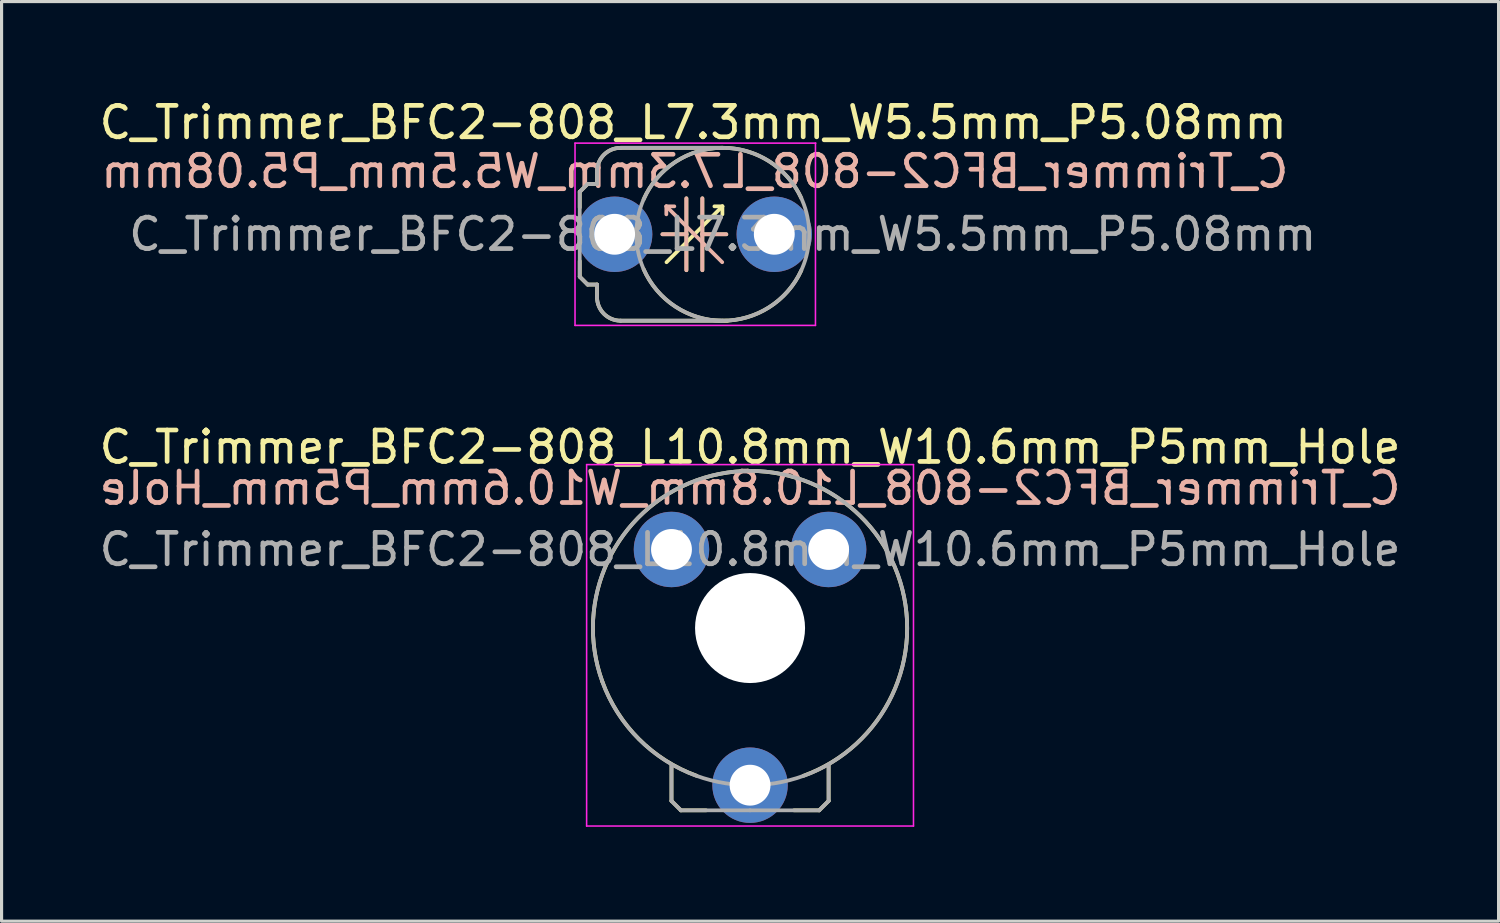
<source format=kicad_pcb>
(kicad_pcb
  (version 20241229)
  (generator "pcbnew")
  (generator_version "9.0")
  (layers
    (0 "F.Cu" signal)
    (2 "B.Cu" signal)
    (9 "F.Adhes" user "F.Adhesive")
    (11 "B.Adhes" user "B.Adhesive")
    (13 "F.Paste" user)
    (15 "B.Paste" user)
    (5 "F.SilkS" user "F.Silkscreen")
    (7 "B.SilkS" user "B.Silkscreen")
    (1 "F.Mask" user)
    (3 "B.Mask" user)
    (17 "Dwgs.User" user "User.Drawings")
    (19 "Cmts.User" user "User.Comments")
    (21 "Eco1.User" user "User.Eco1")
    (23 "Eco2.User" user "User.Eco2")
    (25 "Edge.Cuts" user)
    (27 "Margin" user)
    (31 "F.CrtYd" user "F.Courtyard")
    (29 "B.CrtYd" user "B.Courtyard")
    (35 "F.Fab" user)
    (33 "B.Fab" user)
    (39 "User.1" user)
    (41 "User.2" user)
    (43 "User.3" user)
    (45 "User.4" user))
  (footprint "C_Trimmer_BFC2-808_L7.3mm_W5.5mm_P5.08mm"
    (layer "F.Cu")
    (at 16.506 4.404)
    (property "Reference" "C_Trimmer_BFC2-808_L7.3mm_W5.5mm_P5.08mm" (at 2.5 -3.556 0) (layer "F.SilkS") (effects (font (size 1 1) (thickness 0.15))))
    (fp_line (start -1.11 -1.35) (end -1.11 -0.85) (stroke (width 0.12) (type solid)) (layer "F.SilkS"))
    (fp_line (start -1.11 1.35) (end -1.11 0.85) (stroke (width 0.12) (type solid)) (layer "F.SilkS"))
    (fp_line (start -1.11 1.35) (end -0.86 1.6) (stroke (width 0.12) (type solid)) (layer "F.SilkS"))
    (fp_line (start -0.86 -1.6) (end -1.11 -1.35) (stroke (width 0.12) (type solid)) (layer "F.SilkS"))
    (fp_line (start -0.76 -1.6) (end -0.86 -1.6) (stroke (width 0.12) (type solid)) (layer "F.SilkS"))
    (fp_line (start -0.56 -2) (end -0.56 -1.6) (stroke (width 0.12) (type solid)) (layer "F.SilkS"))
    (fp_line (start -0.56 -1.6) (end -0.76 -1.6) (stroke (width 0.12) (type solid)) (layer "F.SilkS"))
    (fp_line (start -0.56 1.6) (end -0.86 1.6) (stroke (width 0.12) (type solid)) (layer "F.SilkS"))
    (fp_line (start -0.56 1.6) (end -0.56 2) (stroke (width 0.12) (type solid)) (layer "F.SilkS"))
    (fp_line (start 0.19 -2.75) (end 3.44 -2.75) (stroke (width 0.12) (type solid)) (layer "F.SilkS"))
    (fp_line (start 0.19 2.75) (end 3.59 2.75) (stroke (width 0.12) (type solid)) (layer "F.SilkS"))
    (fp_line (start 1.524 0) (end 2.286 0) (stroke (width 0.12) (type solid)) (layer "F.SilkS"))
    (fp_line (start 2.286 0) (end 2.286 -1.143) (stroke (width 0.12) (type solid)) (layer "F.SilkS"))
    (fp_line (start 2.286 0) (end 2.286 1.143) (stroke (width 0.12) (type solid)) (layer "F.SilkS"))
    (fp_line (start 2.54 0) (end 1.651 0.889) (stroke (width 0.12) (type solid)) (layer "F.SilkS"))
    (fp_line (start 2.54 0) (end 3.429 -0.889) (stroke (width 0.12) (type solid)) (layer "F.SilkS"))
    (fp_line (start 2.794 0) (end 2.794 -1.143) (stroke (width 0.12) (type solid)) (layer "F.SilkS"))
    (fp_line (start 2.794 0) (end 2.794 1.143) (stroke (width 0.12) (type solid)) (layer "F.SilkS"))
    (fp_line (start 3.429 -0.889) (end 3.175 -0.889) (stroke (width 0.12) (type solid)) (layer "F.SilkS"))
    (fp_line (start 3.429 -0.889) (end 3.429 -0.635) (stroke (width 0.12) (type solid)) (layer "F.SilkS"))
    (fp_line (start 3.556 0) (end 2.794 0) (stroke (width 0.12) (type solid)) (layer "F.SilkS"))
    (fp_arc (start -0.56 -2) (mid -0.34033 -2.53033) (end 0.19 -2.75) (stroke (width 0.12) (type solid)) (layer "F.SilkS"))
    (fp_arc (start 0.19 2.75) (mid -0.34033 2.53033) (end -0.56 2) (stroke (width 0.12) (type solid)) (layer "F.SilkS"))
    (fp_arc (start 0.921221 -1.108263) (mid 3.417117 -2.751721) (end 5.939999 -1.149999) (stroke (width 0.12) (type solid)) (layer "F.SilkS"))
    (fp_arc (start 5.939999 1.149999) (mid 3.417117 2.751721) (end 0.921221 1.108263) (stroke (width 0.12) (type solid)) (layer "F.SilkS"))
    (fp_line (start 1.518 0) (end 2.28 0) (stroke (width 0.12) (type solid)) (layer "B.SilkS"))
    (fp_line (start 1.645 -0.889) (end 1.645 -0.635) (stroke (width 0.12) (type solid)) (layer "B.SilkS"))
    (fp_line (start 1.645 -0.889) (end 1.899 -0.889) (stroke (width 0.12) (type solid)) (layer "B.SilkS"))
    (fp_line (start 2.28 0) (end 2.28 -1.143) (stroke (width 0.12) (type solid)) (layer "B.SilkS"))
    (fp_line (start 2.28 0) (end 2.28 1.143) (stroke (width 0.12) (type solid)) (layer "B.SilkS"))
    (fp_line (start 2.534 0) (end 1.645 -0.889) (stroke (width 0.12) (type solid)) (layer "B.SilkS"))
    (fp_line (start 2.534 0) (end 3.423 0.889) (stroke (width 0.12) (type solid)) (layer "B.SilkS"))
    (fp_line (start 2.788 0) (end 2.788 -1.143) (stroke (width 0.12) (type solid)) (layer "B.SilkS"))
    (fp_line (start 2.788 0) (end 2.788 1.143) (stroke (width 0.12) (type solid)) (layer "B.SilkS"))
    (fp_line (start 3.55 0) (end 2.788 0) (stroke (width 0.12) (type solid)) (layer "B.SilkS"))
    (fp_line (start -1.26 -2.9) (end -1.26 2.9) (stroke (width 0.05) (type solid)) (layer "F.CrtYd"))
    (fp_line (start -1.26 2.9) (end 6.39 2.9) (stroke (width 0.05) (type solid)) (layer "F.CrtYd"))
    (fp_line (start 6.39 2.9) (end 6.39 -2.9) (stroke (width 0.05) (type solid)) (layer "F.CrtYd"))
    (fp_line (start 6.4 -2.9) (end -1.26 -2.9) (stroke (width 0.05) (type solid)) (layer "F.CrtYd"))
    (fp_line (start -1.11 -1.35) (end -1.11 0) (stroke (width 0.12) (type solid)) (layer "F.Fab"))
    (fp_line (start -1.11 1.35) (end -1.11 0) (stroke (width 0.12) (type solid)) (layer "F.Fab"))
    (fp_line (start -1.11 1.35) (end -0.86 1.6) (stroke (width 0.12) (type solid)) (layer "F.Fab"))
    (fp_line (start -0.86 -1.6) (end -1.11 -1.35) (stroke (width 0.12) (type solid)) (layer "F.Fab"))
    (fp_line (start -0.76 -1.6) (end -0.86 -1.6) (stroke (width 0.12) (type solid)) (layer "F.Fab"))
    (fp_line (start -0.56 -2) (end -0.56 -1.6) (stroke (width 0.12) (type solid)) (layer "F.Fab"))
    (fp_line (start -0.56 -1.6) (end -0.76 -1.6) (stroke (width 0.12) (type solid)) (layer "F.Fab"))
    (fp_line (start -0.56 1.6) (end -0.86 1.6) (stroke (width 0.12) (type solid)) (layer "F.Fab"))
    (fp_line (start -0.56 1.6) (end -0.56 2) (stroke (width 0.12) (type solid)) (layer "F.Fab"))
    (fp_line (start 1.09 -2.75) (end 0.19 -2.75) (stroke (width 0.12) (type solid)) (layer "F.Fab"))
    (fp_line (start 3.44 -2.75) (end 1.09 -2.75) (stroke (width 0.12) (type solid)) (layer "F.Fab"))
    (fp_line (start 3.44 2.75) (end 0.19 2.75) (stroke (width 0.12) (type solid)) (layer "F.Fab"))
    (fp_arc (start -0.56 -2) (mid -0.34033 -2.53033) (end 0.19 -2.75) (stroke (width 0.12) (type solid)) (layer "F.Fab"))
    (fp_arc (start 0.19 2.75) (mid -0.34033 2.53033) (end -0.56 2) (stroke (width 0.12) (type solid)) (layer "F.Fab"))
    (fp_arc (start 3.44 -2.75) (mid 6.19 0) (end 3.44 2.75) (stroke (width 0.12) (type solid)) (layer "F.Fab"))
    (fp_arc (start 3.44 2.75) (mid 0.69 0) (end 3.44 -2.75) (stroke (width 0.12) (type solid)) (layer "F.Fab"))
    (fp_text user "${REFERENCE}" (at 2.55 -2 0) (layer "B.SilkS") (effects (font (size 1 1) (thickness 0.15)) (justify mirror)))
    (fp_text user "${REFERENCE}" (at 3.44 0 0) (layer "F.Fab") (effects (font (size 1 1) (thickness 0.15))))
    (pad "1" thru_hole circle (at 0 0) (size 2.4 2.4) (drill 1.3) (layers "*.Cu" "*.Mask"))
    (pad "2" thru_hole circle (at 5.08 0) (size 2.4 2.4) (drill 1.3) (layers "*.Cu" "*.Mask")))
  (footprint "C_Trimmer_BFC2-808_L10.8mm_W10.6mm_P5mm_Hole"
    (layer "F.Cu")
    (at 20.815 21.933)
    (property "Reference" "C_Trimmer_BFC2-808_L10.8mm_W10.6mm_P5mm_Hole" (at 0 -10.756 0) (layer "F.SilkS") (effects (font (size 1 1) (thickness 0.15))))
    (fp_line (start -2.5 0.5) (end -2.5 -0.65) (stroke (width 0.12) (type solid)) (layer "F.SilkS"))
    (fp_line (start -2.2 0.8) (end -2.5 0.5) (stroke (width 0.12) (type solid)) (layer "F.SilkS"))
    (fp_line (start -1.4 0.8) (end -2.2 0.8) (stroke (width 0.12) (type solid)) (layer "F.SilkS"))
    (fp_line (start 1.4 0.8) (end 2.2 0.8) (stroke (width 0.12) (type solid)) (layer "F.SilkS"))
    (fp_line (start 2.2 0.8) (end 2.5 0.5) (stroke (width 0.12) (type solid)) (layer "F.SilkS"))
    (fp_line (start 2.5 0.5) (end 2.5 -0.65) (stroke (width 0.12) (type solid)) (layer "F.SilkS"))
    (fp_arc (start -4.699999 -3.300001) (mid 2.12132 -9.525482) (end 1.699999 -0.300001) (stroke (width 0.12) (type solid)) (layer "F.SilkS"))
    (fp_arc (start -1.7 -0.300001) (mid -3.534119 -1.465882) (end -4.699999 -3.300001) (stroke (width 0.12) (type solid)) (layer "F.SilkS"))
    (fp_line (start -5.2 -10.2) (end -5.2 1.3) (stroke (width 0.05) (type solid)) (layer "F.CrtYd"))
    (fp_line (start -5.2 1.3) (end 5.2 1.3) (stroke (width 0.05) (type solid)) (layer "F.CrtYd"))
    (fp_line (start 5.2 -10.2) (end -5.2 -10.2) (stroke (width 0.05) (type solid)) (layer "F.CrtYd"))
    (fp_line (start 5.2 1.3) (end 5.2 -10.2) (stroke (width 0.05) (type solid)) (layer "F.CrtYd"))
    (fp_line (start -2.5 0.5) (end -2.5 -0.65) (stroke (width 0.12) (type solid)) (layer "F.Fab"))
    (fp_line (start -2.2 0.8) (end -2.5 0.5) (stroke (width 0.12) (type solid)) (layer "F.Fab"))
    (fp_line (start 0 -6.5) (end 0 -3.5) (stroke (width 0.12) (type solid)) (layer "F.Fab"))
    (fp_line (start 0 0.8) (end -2.2 0.8) (stroke (width 0.12) (type solid)) (layer "F.Fab"))
    (fp_line (start 0 0.8) (end 2.2 0.8) (stroke (width 0.12) (type solid)) (layer "F.Fab"))
    (fp_line (start 2.2 0.8) (end 2.5 0.5) (stroke (width 0.12) (type solid)) (layer "F.Fab"))
    (fp_line (start 2.5 0.5) (end 2.5 -0.65) (stroke (width 0.12) (type solid)) (layer "F.Fab"))
    (fp_circle (center 0 -5) (end 1.5 -5) (stroke (width 0.12) (type solid)) (fill no) (layer "F.Fab"))
    (fp_circle (center 0 -5) (end 5 -5) (stroke (width 0.12) (type solid)) (fill no) (layer "F.Fab"))
    (fp_text user "${REFERENCE}" (at 0 -9.45 0) (layer "B.SilkS") (effects (font (size 1 1) (thickness 0.15)) (justify mirror)))
    (fp_text user "${REFERENCE}" (at 0 -7.5 0) (layer "F.Fab") (effects (font (size 1 1) (thickness 0.15))))
    (pad "" np_thru_hole circle (at 0 -5) (size 3.5 3.5) (drill 3.5) (layers "*.Cu" "*.Mask"))
    (pad "1" thru_hole circle (at 0 0) (size 2.4 2.4) (drill 1.3) (layers "*.Cu" "*.Mask"))
    (pad "2" thru_hole circle (at -2.5 -7.5) (size 2.4 2.4) (drill 1.3) (layers "*.Cu" "*.Mask"))
    (pad "2" thru_hole circle (at 2.5 -7.5) (size 2.4 2.4) (drill 1.3) (layers "*.Cu" "*.Mask")))
  (gr_rect
    (start -3 -3)
    (end 44.631 26.259)
    (stroke (width 0.1) (type default))
    (fill no)
    (layer "Edge.Cuts")))
</source>
